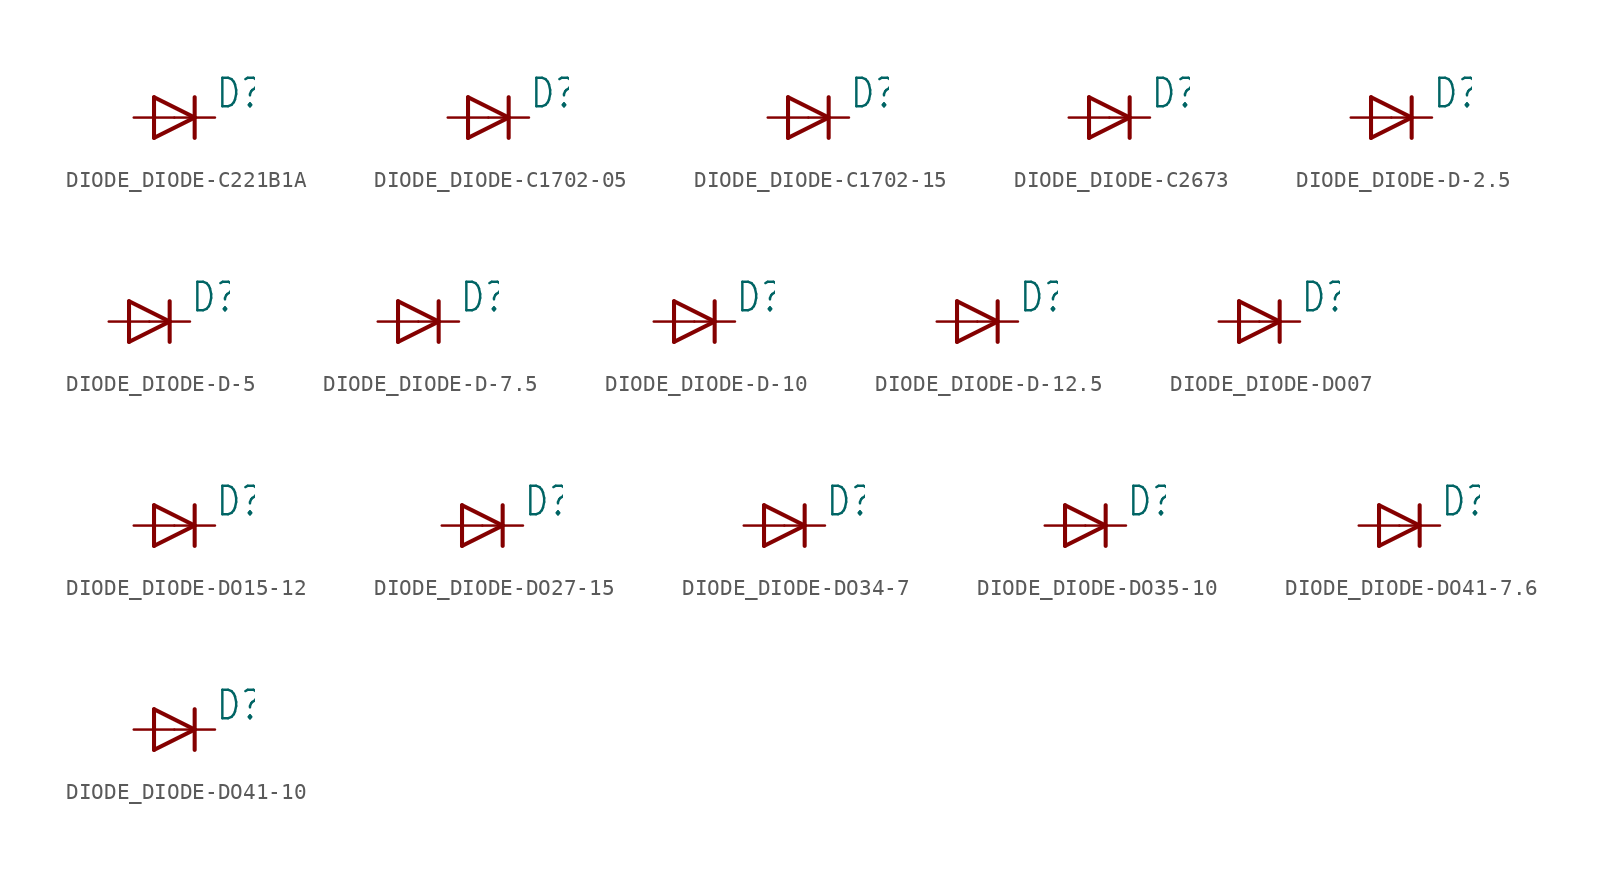
<source format=kicad_sym>
(kicad_symbol_lib
  (version 20231120)
  (generator "kicad_symbol_editor")
  (generator_version "8.0")
  (symbol "DIODE_DIODE-C221B1A"
    (property "Reference" "D"
      (at 2.54 0.483 0)
      (effects (font (size 1.778 1.511)) (justify left bottom)))
    (property "Value" ""
      (at 2.54 -2.311 0)
      (effects (font (size 1.778 1.511)) (justify left bottom)))
    (property "ki_locked" ""
      (at 0 0 0)
      (effects (font (size 1.27 1.27))))
    (symbol "DIODE_DIODE-C221B1A_1_0"
      (polyline (pts (xy -1.27 -1.27) (xy 1.27 0)) (stroke (width 0.254) (type solid)) (fill (type none)))
      (polyline (pts (xy -1.27 1.27) (xy -1.27 -1.27)) (stroke (width 0.254) (type solid)) (fill (type none)))
      (polyline (pts (xy 1.27 0) (xy -1.27 1.27)) (stroke (width 0.254) (type solid)) (fill (type none)))
      (polyline (pts (xy 1.27 0) (xy 1.27 -1.27)) (stroke (width 0.254) (type solid)) (fill (type none)))
      (polyline (pts (xy 1.27 1.27) (xy 1.27 0)) (stroke (width 0.254) (type solid)) (fill (type none)))
      (pin passive line (at -2.54 0 0) (length 2.54) (name "A" (effects (font (size 0 0)))) (number "A" (effects (font (size 0 0)))))
      (pin passive line (at 2.54 0 180) (length 2.54) (name "C" (effects (font (size 0 0)))) (number "C" (effects (font (size 0 0)))))))
  (symbol "DIODE_DIODE-C1702-05"
    (property "Reference" "D"
      (at 2.54 0.483 0)
      (effects (font (size 1.778 1.511)) (justify left bottom)))
    (property "Value" ""
      (at 2.54 -2.311 0)
      (effects (font (size 1.778 1.511)) (justify left bottom)))
    (property "ki_locked" ""
      (at 0 0 0)
      (effects (font (size 1.27 1.27))))
    (symbol "DIODE_DIODE-C1702-05_1_0"
      (polyline (pts (xy -1.27 -1.27) (xy 1.27 0)) (stroke (width 0.254) (type solid)) (fill (type none)))
      (polyline (pts (xy -1.27 1.27) (xy -1.27 -1.27)) (stroke (width 0.254) (type solid)) (fill (type none)))
      (polyline (pts (xy 1.27 0) (xy -1.27 1.27)) (stroke (width 0.254) (type solid)) (fill (type none)))
      (polyline (pts (xy 1.27 0) (xy 1.27 -1.27)) (stroke (width 0.254) (type solid)) (fill (type none)))
      (polyline (pts (xy 1.27 1.27) (xy 1.27 0)) (stroke (width 0.254) (type solid)) (fill (type none)))
      (pin passive line (at -2.54 0 0) (length 2.54) (name "A" (effects (font (size 0 0)))) (number "A" (effects (font (size 0 0)))))
      (pin passive line (at 2.54 0 180) (length 2.54) (name "C" (effects (font (size 0 0)))) (number "C" (effects (font (size 0 0)))))))
  (symbol "DIODE_DIODE-C1702-15"
    (property "Reference" "D"
      (at 2.54 0.483 0)
      (effects (font (size 1.778 1.511)) (justify left bottom)))
    (property "Value" ""
      (at 2.54 -2.311 0)
      (effects (font (size 1.778 1.511)) (justify left bottom)))
    (property "ki_locked" ""
      (at 0 0 0)
      (effects (font (size 1.27 1.27))))
    (symbol "DIODE_DIODE-C1702-15_1_0"
      (polyline (pts (xy -1.27 -1.27) (xy 1.27 0)) (stroke (width 0.254) (type solid)) (fill (type none)))
      (polyline (pts (xy -1.27 1.27) (xy -1.27 -1.27)) (stroke (width 0.254) (type solid)) (fill (type none)))
      (polyline (pts (xy 1.27 0) (xy -1.27 1.27)) (stroke (width 0.254) (type solid)) (fill (type none)))
      (polyline (pts (xy 1.27 0) (xy 1.27 -1.27)) (stroke (width 0.254) (type solid)) (fill (type none)))
      (polyline (pts (xy 1.27 1.27) (xy 1.27 0)) (stroke (width 0.254) (type solid)) (fill (type none)))
      (pin passive line (at -2.54 0 0) (length 2.54) (name "A" (effects (font (size 0 0)))) (number "A" (effects (font (size 0 0)))))
      (pin passive line (at 2.54 0 180) (length 2.54) (name "C" (effects (font (size 0 0)))) (number "C" (effects (font (size 0 0)))))))
  (symbol "DIODE_DIODE-C2673"
    (property "Reference" "D"
      (at 2.54 0.483 0)
      (effects (font (size 1.778 1.511)) (justify left bottom)))
    (property "Value" ""
      (at 2.54 -2.311 0)
      (effects (font (size 1.778 1.511)) (justify left bottom)))
    (property "ki_locked" ""
      (at 0 0 0)
      (effects (font (size 1.27 1.27))))
    (symbol "DIODE_DIODE-C2673_1_0"
      (polyline (pts (xy -1.27 -1.27) (xy 1.27 0)) (stroke (width 0.254) (type solid)) (fill (type none)))
      (polyline (pts (xy -1.27 1.27) (xy -1.27 -1.27)) (stroke (width 0.254) (type solid)) (fill (type none)))
      (polyline (pts (xy 1.27 0) (xy -1.27 1.27)) (stroke (width 0.254) (type solid)) (fill (type none)))
      (polyline (pts (xy 1.27 0) (xy 1.27 -1.27)) (stroke (width 0.254) (type solid)) (fill (type none)))
      (polyline (pts (xy 1.27 1.27) (xy 1.27 0)) (stroke (width 0.254) (type solid)) (fill (type none)))
      (pin passive line (at -2.54 0 0) (length 2.54) (name "A" (effects (font (size 0 0)))) (number "A" (effects (font (size 0 0)))))
      (pin passive line (at 2.54 0 180) (length 2.54) (name "C" (effects (font (size 0 0)))) (number "C" (effects (font (size 0 0)))))))
  (symbol "DIODE_DIODE-D-2.5"
    (property "Reference" "D"
      (at 2.54 0.483 0)
      (effects (font (size 1.778 1.511)) (justify left bottom)))
    (property "Value" ""
      (at 2.54 -2.311 0)
      (effects (font (size 1.778 1.511)) (justify left bottom)))
    (property "ki_locked" ""
      (at 0 0 0)
      (effects (font (size 1.27 1.27))))
    (symbol "DIODE_DIODE-D-2.5_1_0"
      (polyline (pts (xy -1.27 -1.27) (xy 1.27 0)) (stroke (width 0.254) (type solid)) (fill (type none)))
      (polyline (pts (xy -1.27 1.27) (xy -1.27 -1.27)) (stroke (width 0.254) (type solid)) (fill (type none)))
      (polyline (pts (xy 1.27 0) (xy -1.27 1.27)) (stroke (width 0.254) (type solid)) (fill (type none)))
      (polyline (pts (xy 1.27 0) (xy 1.27 -1.27)) (stroke (width 0.254) (type solid)) (fill (type none)))
      (polyline (pts (xy 1.27 1.27) (xy 1.27 0)) (stroke (width 0.254) (type solid)) (fill (type none)))
      (pin passive line (at -2.54 0 0) (length 2.54) (name "A" (effects (font (size 0 0)))) (number "A" (effects (font (size 0 0)))))
      (pin passive line (at 2.54 0 180) (length 2.54) (name "C" (effects (font (size 0 0)))) (number "C" (effects (font (size 0 0)))))))
  (symbol "DIODE_DIODE-D-5"
    (property "Reference" "D"
      (at 2.54 0.483 0)
      (effects (font (size 1.778 1.511)) (justify left bottom)))
    (property "Value" ""
      (at 2.54 -2.311 0)
      (effects (font (size 1.778 1.511)) (justify left bottom)))
    (property "ki_locked" ""
      (at 0 0 0)
      (effects (font (size 1.27 1.27))))
    (symbol "DIODE_DIODE-D-5_1_0"
      (polyline (pts (xy -1.27 -1.27) (xy 1.27 0)) (stroke (width 0.254) (type solid)) (fill (type none)))
      (polyline (pts (xy -1.27 1.27) (xy -1.27 -1.27)) (stroke (width 0.254) (type solid)) (fill (type none)))
      (polyline (pts (xy 1.27 0) (xy -1.27 1.27)) (stroke (width 0.254) (type solid)) (fill (type none)))
      (polyline (pts (xy 1.27 0) (xy 1.27 -1.27)) (stroke (width 0.254) (type solid)) (fill (type none)))
      (polyline (pts (xy 1.27 1.27) (xy 1.27 0)) (stroke (width 0.254) (type solid)) (fill (type none)))
      (pin passive line (at -2.54 0 0) (length 2.54) (name "A" (effects (font (size 0 0)))) (number "A" (effects (font (size 0 0)))))
      (pin passive line (at 2.54 0 180) (length 2.54) (name "C" (effects (font (size 0 0)))) (number "C" (effects (font (size 0 0)))))))
  (symbol "DIODE_DIODE-D-7.5"
    (property "Reference" "D"
      (at 2.54 0.483 0)
      (effects (font (size 1.778 1.511)) (justify left bottom)))
    (property "Value" ""
      (at 2.54 -2.311 0)
      (effects (font (size 1.778 1.511)) (justify left bottom)))
    (property "ki_locked" ""
      (at 0 0 0)
      (effects (font (size 1.27 1.27))))
    (symbol "DIODE_DIODE-D-7.5_1_0"
      (polyline (pts (xy -1.27 -1.27) (xy 1.27 0)) (stroke (width 0.254) (type solid)) (fill (type none)))
      (polyline (pts (xy -1.27 1.27) (xy -1.27 -1.27)) (stroke (width 0.254) (type solid)) (fill (type none)))
      (polyline (pts (xy 1.27 0) (xy -1.27 1.27)) (stroke (width 0.254) (type solid)) (fill (type none)))
      (polyline (pts (xy 1.27 0) (xy 1.27 -1.27)) (stroke (width 0.254) (type solid)) (fill (type none)))
      (polyline (pts (xy 1.27 1.27) (xy 1.27 0)) (stroke (width 0.254) (type solid)) (fill (type none)))
      (pin passive line (at -2.54 0 0) (length 2.54) (name "A" (effects (font (size 0 0)))) (number "A" (effects (font (size 0 0)))))
      (pin passive line (at 2.54 0 180) (length 2.54) (name "C" (effects (font (size 0 0)))) (number "C" (effects (font (size 0 0)))))))
  (symbol "DIODE_DIODE-D-10"
    (property "Reference" "D"
      (at 2.54 0.483 0)
      (effects (font (size 1.778 1.511)) (justify left bottom)))
    (property "Value" ""
      (at 2.54 -2.311 0)
      (effects (font (size 1.778 1.511)) (justify left bottom)))
    (property "ki_locked" ""
      (at 0 0 0)
      (effects (font (size 1.27 1.27))))
    (symbol "DIODE_DIODE-D-10_1_0"
      (polyline (pts (xy -1.27 -1.27) (xy 1.27 0)) (stroke (width 0.254) (type solid)) (fill (type none)))
      (polyline (pts (xy -1.27 1.27) (xy -1.27 -1.27)) (stroke (width 0.254) (type solid)) (fill (type none)))
      (polyline (pts (xy 1.27 0) (xy -1.27 1.27)) (stroke (width 0.254) (type solid)) (fill (type none)))
      (polyline (pts (xy 1.27 0) (xy 1.27 -1.27)) (stroke (width 0.254) (type solid)) (fill (type none)))
      (polyline (pts (xy 1.27 1.27) (xy 1.27 0)) (stroke (width 0.254) (type solid)) (fill (type none)))
      (pin passive line (at -2.54 0 0) (length 2.54) (name "A" (effects (font (size 0 0)))) (number "A" (effects (font (size 0 0)))))
      (pin passive line (at 2.54 0 180) (length 2.54) (name "C" (effects (font (size 0 0)))) (number "C" (effects (font (size 0 0)))))))
  (symbol "DIODE_DIODE-D-12.5"
    (property "Reference" "D"
      (at 2.54 0.483 0)
      (effects (font (size 1.778 1.511)) (justify left bottom)))
    (property "Value" ""
      (at 2.54 -2.311 0)
      (effects (font (size 1.778 1.511)) (justify left bottom)))
    (property "ki_locked" ""
      (at 0 0 0)
      (effects (font (size 1.27 1.27))))
    (symbol "DIODE_DIODE-D-12.5_1_0"
      (polyline (pts (xy -1.27 -1.27) (xy 1.27 0)) (stroke (width 0.254) (type solid)) (fill (type none)))
      (polyline (pts (xy -1.27 1.27) (xy -1.27 -1.27)) (stroke (width 0.254) (type solid)) (fill (type none)))
      (polyline (pts (xy 1.27 0) (xy -1.27 1.27)) (stroke (width 0.254) (type solid)) (fill (type none)))
      (polyline (pts (xy 1.27 0) (xy 1.27 -1.27)) (stroke (width 0.254) (type solid)) (fill (type none)))
      (polyline (pts (xy 1.27 1.27) (xy 1.27 0)) (stroke (width 0.254) (type solid)) (fill (type none)))
      (pin passive line (at -2.54 0 0) (length 2.54) (name "A" (effects (font (size 0 0)))) (number "A" (effects (font (size 0 0)))))
      (pin passive line (at 2.54 0 180) (length 2.54) (name "C" (effects (font (size 0 0)))) (number "C" (effects (font (size 0 0)))))))
  (symbol "DIODE_DIODE-DO07"
    (property "Reference" "D"
      (at 2.54 0.483 0)
      (effects (font (size 1.778 1.511)) (justify left bottom)))
    (property "Value" ""
      (at 2.54 -2.311 0)
      (effects (font (size 1.778 1.511)) (justify left bottom)))
    (property "ki_locked" ""
      (at 0 0 0)
      (effects (font (size 1.27 1.27))))
    (symbol "DIODE_DIODE-DO07_1_0"
      (polyline (pts (xy -1.27 -1.27) (xy 1.27 0)) (stroke (width 0.254) (type solid)) (fill (type none)))
      (polyline (pts (xy -1.27 1.27) (xy -1.27 -1.27)) (stroke (width 0.254) (type solid)) (fill (type none)))
      (polyline (pts (xy 1.27 0) (xy -1.27 1.27)) (stroke (width 0.254) (type solid)) (fill (type none)))
      (polyline (pts (xy 1.27 0) (xy 1.27 -1.27)) (stroke (width 0.254) (type solid)) (fill (type none)))
      (polyline (pts (xy 1.27 1.27) (xy 1.27 0)) (stroke (width 0.254) (type solid)) (fill (type none)))
      (pin passive line (at -2.54 0 0) (length 2.54) (name "A" (effects (font (size 0 0)))) (number "A" (effects (font (size 0 0)))))
      (pin passive line (at 2.54 0 180) (length 2.54) (name "C" (effects (font (size 0 0)))) (number "C" (effects (font (size 0 0)))))))
  (symbol "DIODE_DIODE-DO15-12"
    (property "Reference" "D"
      (at 2.54 0.483 0)
      (effects (font (size 1.778 1.511)) (justify left bottom)))
    (property "Value" ""
      (at 2.54 -2.311 0)
      (effects (font (size 1.778 1.511)) (justify left bottom)))
    (property "ki_locked" ""
      (at 0 0 0)
      (effects (font (size 1.27 1.27))))
    (symbol "DIODE_DIODE-DO15-12_1_0"
      (polyline (pts (xy -1.27 -1.27) (xy 1.27 0)) (stroke (width 0.254) (type solid)) (fill (type none)))
      (polyline (pts (xy -1.27 1.27) (xy -1.27 -1.27)) (stroke (width 0.254) (type solid)) (fill (type none)))
      (polyline (pts (xy 1.27 0) (xy -1.27 1.27)) (stroke (width 0.254) (type solid)) (fill (type none)))
      (polyline (pts (xy 1.27 0) (xy 1.27 -1.27)) (stroke (width 0.254) (type solid)) (fill (type none)))
      (polyline (pts (xy 1.27 1.27) (xy 1.27 0)) (stroke (width 0.254) (type solid)) (fill (type none)))
      (pin passive line (at -2.54 0 0) (length 2.54) (name "A" (effects (font (size 0 0)))) (number "A" (effects (font (size 0 0)))))
      (pin passive line (at 2.54 0 180) (length 2.54) (name "C" (effects (font (size 0 0)))) (number "C" (effects (font (size 0 0)))))))
  (symbol "DIODE_DIODE-DO27-15"
    (property "Reference" "D"
      (at 2.54 0.483 0)
      (effects (font (size 1.778 1.511)) (justify left bottom)))
    (property "Value" ""
      (at 2.54 -2.311 0)
      (effects (font (size 1.778 1.511)) (justify left bottom)))
    (property "ki_locked" ""
      (at 0 0 0)
      (effects (font (size 1.27 1.27))))
    (symbol "DIODE_DIODE-DO27-15_1_0"
      (polyline (pts (xy -1.27 -1.27) (xy 1.27 0)) (stroke (width 0.254) (type solid)) (fill (type none)))
      (polyline (pts (xy -1.27 1.27) (xy -1.27 -1.27)) (stroke (width 0.254) (type solid)) (fill (type none)))
      (polyline (pts (xy 1.27 0) (xy -1.27 1.27)) (stroke (width 0.254) (type solid)) (fill (type none)))
      (polyline (pts (xy 1.27 0) (xy 1.27 -1.27)) (stroke (width 0.254) (type solid)) (fill (type none)))
      (polyline (pts (xy 1.27 1.27) (xy 1.27 0)) (stroke (width 0.254) (type solid)) (fill (type none)))
      (pin passive line (at -2.54 0 0) (length 2.54) (name "A" (effects (font (size 0 0)))) (number "A" (effects (font (size 0 0)))))
      (pin passive line (at 2.54 0 180) (length 2.54) (name "C" (effects (font (size 0 0)))) (number "C" (effects (font (size 0 0)))))))
  (symbol "DIODE_DIODE-DO34-7"
    (property "Reference" "D"
      (at 2.54 0.483 0)
      (effects (font (size 1.778 1.511)) (justify left bottom)))
    (property "Value" ""
      (at 2.54 -2.311 0)
      (effects (font (size 1.778 1.511)) (justify left bottom)))
    (property "ki_locked" ""
      (at 0 0 0)
      (effects (font (size 1.27 1.27))))
    (symbol "DIODE_DIODE-DO34-7_1_0"
      (polyline (pts (xy -1.27 -1.27) (xy 1.27 0)) (stroke (width 0.254) (type solid)) (fill (type none)))
      (polyline (pts (xy -1.27 1.27) (xy -1.27 -1.27)) (stroke (width 0.254) (type solid)) (fill (type none)))
      (polyline (pts (xy 1.27 0) (xy -1.27 1.27)) (stroke (width 0.254) (type solid)) (fill (type none)))
      (polyline (pts (xy 1.27 0) (xy 1.27 -1.27)) (stroke (width 0.254) (type solid)) (fill (type none)))
      (polyline (pts (xy 1.27 1.27) (xy 1.27 0)) (stroke (width 0.254) (type solid)) (fill (type none)))
      (pin passive line (at -2.54 0 0) (length 2.54) (name "A" (effects (font (size 0 0)))) (number "A" (effects (font (size 0 0)))))
      (pin passive line (at 2.54 0 180) (length 2.54) (name "C" (effects (font (size 0 0)))) (number "C" (effects (font (size 0 0)))))))
  (symbol "DIODE_DIODE-DO35-10"
    (property "Reference" "D"
      (at 2.54 0.483 0)
      (effects (font (size 1.778 1.511)) (justify left bottom)))
    (property "Value" ""
      (at 2.54 -2.311 0)
      (effects (font (size 1.778 1.511)) (justify left bottom)))
    (property "ki_locked" ""
      (at 0 0 0)
      (effects (font (size 1.27 1.27))))
    (symbol "DIODE_DIODE-DO35-10_1_0"
      (polyline (pts (xy -1.27 -1.27) (xy 1.27 0)) (stroke (width 0.254) (type solid)) (fill (type none)))
      (polyline (pts (xy -1.27 1.27) (xy -1.27 -1.27)) (stroke (width 0.254) (type solid)) (fill (type none)))
      (polyline (pts (xy 1.27 0) (xy -1.27 1.27)) (stroke (width 0.254) (type solid)) (fill (type none)))
      (polyline (pts (xy 1.27 0) (xy 1.27 -1.27)) (stroke (width 0.254) (type solid)) (fill (type none)))
      (polyline (pts (xy 1.27 1.27) (xy 1.27 0)) (stroke (width 0.254) (type solid)) (fill (type none)))
      (pin passive line (at -2.54 0 0) (length 2.54) (name "A" (effects (font (size 0 0)))) (number "A" (effects (font (size 0 0)))))
      (pin passive line (at 2.54 0 180) (length 2.54) (name "C" (effects (font (size 0 0)))) (number "C" (effects (font (size 0 0)))))))
  (symbol "DIODE_DIODE-DO41-7.6"
    (property "Reference" "D"
      (at 2.54 0.483 0)
      (effects (font (size 1.778 1.511)) (justify left bottom)))
    (property "Value" ""
      (at 2.54 -2.311 0)
      (effects (font (size 1.778 1.511)) (justify left bottom)))
    (property "ki_locked" ""
      (at 0 0 0)
      (effects (font (size 1.27 1.27))))
    (symbol "DIODE_DIODE-DO41-7.6_1_0"
      (polyline (pts (xy -1.27 -1.27) (xy 1.27 0)) (stroke (width 0.254) (type solid)) (fill (type none)))
      (polyline (pts (xy -1.27 1.27) (xy -1.27 -1.27)) (stroke (width 0.254) (type solid)) (fill (type none)))
      (polyline (pts (xy 1.27 0) (xy -1.27 1.27)) (stroke (width 0.254) (type solid)) (fill (type none)))
      (polyline (pts (xy 1.27 0) (xy 1.27 -1.27)) (stroke (width 0.254) (type solid)) (fill (type none)))
      (polyline (pts (xy 1.27 1.27) (xy 1.27 0)) (stroke (width 0.254) (type solid)) (fill (type none)))
      (pin passive line (at -2.54 0 0) (length 2.54) (name "A" (effects (font (size 0 0)))) (number "A" (effects (font (size 0 0)))))
      (pin passive line (at 2.54 0 180) (length 2.54) (name "C" (effects (font (size 0 0)))) (number "C" (effects (font (size 0 0)))))))
  (symbol "DIODE_DIODE-DO41-10"
    (property "Reference" "D"
      (at 2.54 0.483 0)
      (effects (font (size 1.778 1.511)) (justify left bottom)))
    (property "Value" ""
      (at 2.54 -2.311 0)
      (effects (font (size 1.778 1.511)) (justify left bottom)))
    (property "ki_locked" ""
      (at 0 0 0)
      (effects (font (size 1.27 1.27))))
    (symbol "DIODE_DIODE-DO41-10_1_0"
      (polyline (pts (xy -1.27 -1.27) (xy 1.27 0)) (stroke (width 0.254) (type solid)) (fill (type none)))
      (polyline (pts (xy -1.27 1.27) (xy -1.27 -1.27)) (stroke (width 0.254) (type solid)) (fill (type none)))
      (polyline (pts (xy 1.27 0) (xy -1.27 1.27)) (stroke (width 0.254) (type solid)) (fill (type none)))
      (polyline (pts (xy 1.27 0) (xy 1.27 -1.27)) (stroke (width 0.254) (type solid)) (fill (type none)))
      (polyline (pts (xy 1.27 1.27) (xy 1.27 0)) (stroke (width 0.254) (type solid)) (fill (type none)))
      (pin passive line (at -2.54 0 0) (length 2.54) (name "A" (effects (font (size 0 0)))) (number "A" (effects (font (size 0 0)))))
      (pin passive line (at 2.54 0 180) (length 2.54) (name "C" (effects (font (size 0 0)))) (number "C" (effects (font (size 0 0))))))))
</source>
